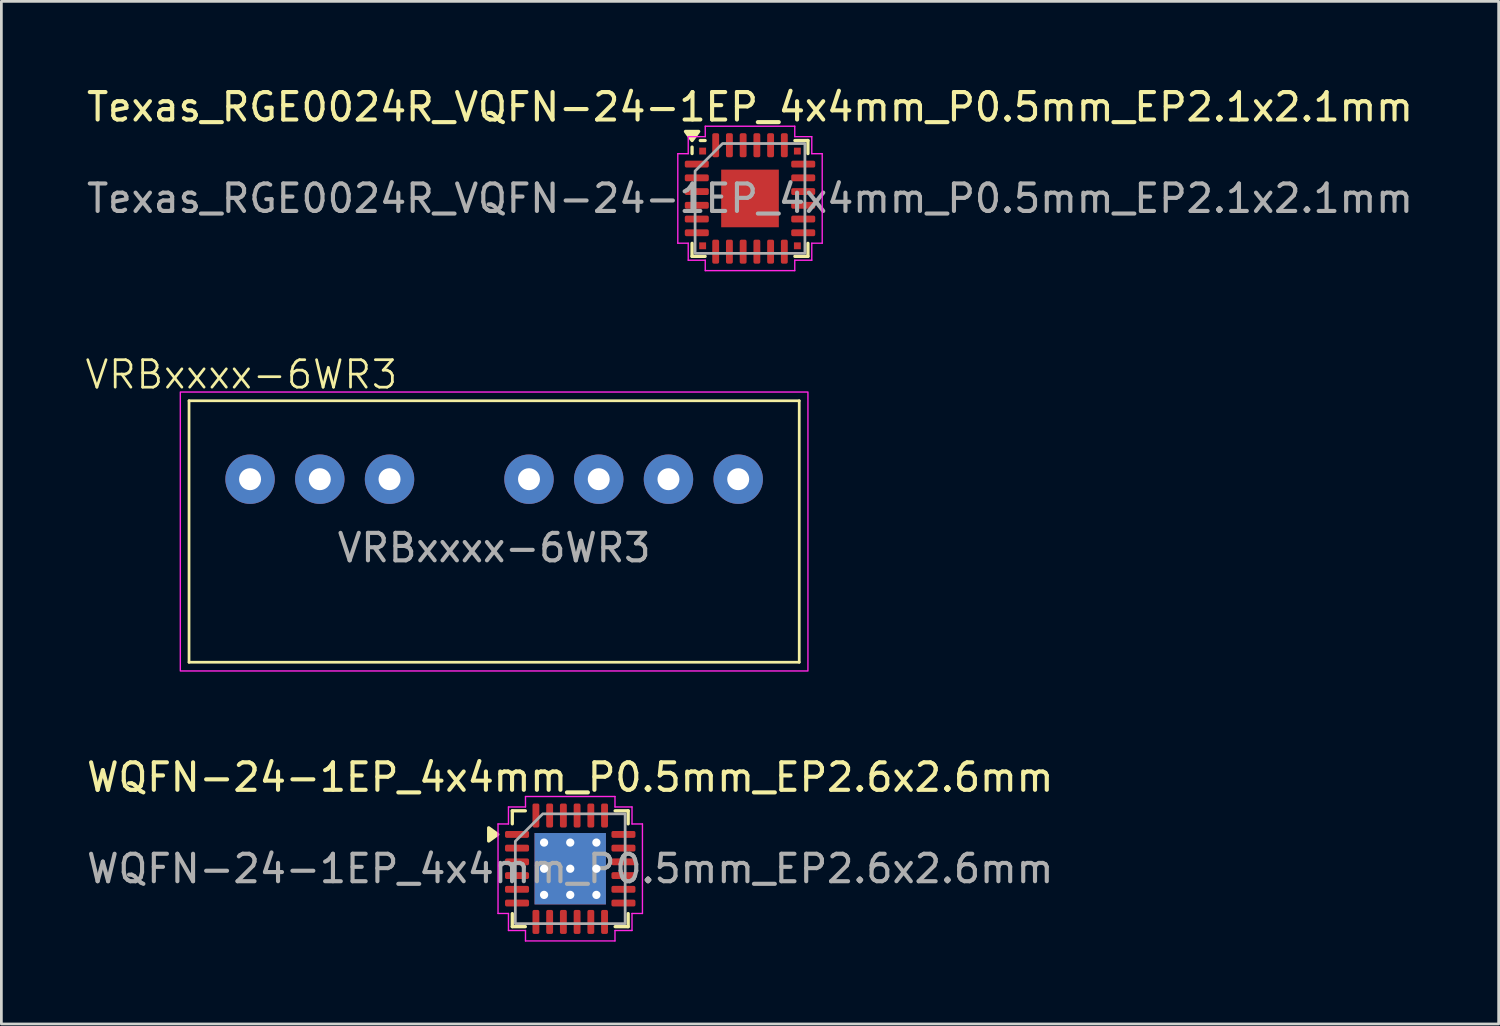
<source format=kicad_pcb>
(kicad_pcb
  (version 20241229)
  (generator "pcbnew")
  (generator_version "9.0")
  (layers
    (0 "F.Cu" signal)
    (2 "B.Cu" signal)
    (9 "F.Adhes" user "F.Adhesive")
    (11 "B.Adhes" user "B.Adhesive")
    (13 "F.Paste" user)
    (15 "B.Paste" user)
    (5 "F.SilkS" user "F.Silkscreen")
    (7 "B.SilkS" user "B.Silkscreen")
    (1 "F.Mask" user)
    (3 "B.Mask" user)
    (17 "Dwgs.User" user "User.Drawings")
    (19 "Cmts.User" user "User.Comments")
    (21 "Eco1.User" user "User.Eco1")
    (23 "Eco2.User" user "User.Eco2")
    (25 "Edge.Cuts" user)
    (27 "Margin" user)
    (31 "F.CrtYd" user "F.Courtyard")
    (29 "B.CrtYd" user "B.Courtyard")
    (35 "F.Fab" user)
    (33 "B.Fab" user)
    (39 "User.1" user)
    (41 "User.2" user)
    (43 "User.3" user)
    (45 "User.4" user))
  (footprint "Texas_RGE0024R_VQFN-24-1EP_4x4mm_P0.5mm_EP2.1x2.1mm"
    (layer "F.Cu")
    (at 24.268 4.178)
    (property "Reference" "Texas_RGE0024R_VQFN-24-1EP_4x4mm_P0.5mm_EP2.1x2.1mm" (at 0 -3.33 0) (layer "F.SilkS") (effects (font (size 1 1) (thickness 0.15))))
    (attr smd)
    (fp_line (start -2.11 -1.635) (end -2.11 -1.87) (stroke (width 0.12) (type solid)) (layer "F.SilkS"))
    (fp_line (start -2.11 2.11) (end -2.11 1.635) (stroke (width 0.12) (type solid)) (layer "F.SilkS"))
    (fp_line (start -1.635 -2.11) (end -1.81 -2.11) (stroke (width 0.12) (type solid)) (layer "F.SilkS"))
    (fp_line (start -1.635 2.11) (end -2.11 2.11) (stroke (width 0.12) (type solid)) (layer "F.SilkS"))
    (fp_line (start 1.635 -2.11) (end 2.11 -2.11) (stroke (width 0.12) (type solid)) (layer "F.SilkS"))
    (fp_line (start 1.635 2.11) (end 2.11 2.11) (stroke (width 0.12) (type solid)) (layer "F.SilkS"))
    (fp_line (start 2.11 -2.11) (end 2.11 -1.635) (stroke (width 0.12) (type solid)) (layer "F.SilkS"))
    (fp_line (start 2.11 2.11) (end 2.11 1.635) (stroke (width 0.12) (type solid)) (layer "F.SilkS"))
    (fp_poly (pts (xy -2.11 -2.11) (xy -2.35 -2.44) (xy -1.87 -2.44)) (stroke (width 0.12) (type solid)) (fill yes) (layer "F.SilkS"))
    (fp_line (start -2.63 -1.63) (end -2.25 -1.63) (stroke (width 0.05) (type solid)) (layer "F.CrtYd"))
    (fp_line (start -2.63 1.63) (end -2.63 -1.63) (stroke (width 0.05) (type solid)) (layer "F.CrtYd"))
    (fp_line (start -2.25 -2.25) (end -1.63 -2.25) (stroke (width 0.05) (type solid)) (layer "F.CrtYd"))
    (fp_line (start -2.25 -1.63) (end -2.25 -2.25) (stroke (width 0.05) (type solid)) (layer "F.CrtYd"))
    (fp_line (start -2.25 1.63) (end -2.63 1.63) (stroke (width 0.05) (type solid)) (layer "F.CrtYd"))
    (fp_line (start -2.25 2.25) (end -2.25 1.63) (stroke (width 0.05) (type solid)) (layer "F.CrtYd"))
    (fp_line (start -1.63 -2.63) (end 1.63 -2.63) (stroke (width 0.05) (type solid)) (layer "F.CrtYd"))
    (fp_line (start -1.63 -2.25) (end -1.63 -2.63) (stroke (width 0.05) (type solid)) (layer "F.CrtYd"))
    (fp_line (start -1.63 2.25) (end -2.25 2.25) (stroke (width 0.05) (type solid)) (layer "F.CrtYd"))
    (fp_line (start -1.63 2.63) (end -1.63 2.25) (stroke (width 0.05) (type solid)) (layer "F.CrtYd"))
    (fp_line (start 1.63 -2.63) (end 1.63 -2.25) (stroke (width 0.05) (type solid)) (layer "F.CrtYd"))
    (fp_line (start 1.63 -2.25) (end 2.25 -2.25) (stroke (width 0.05) (type solid)) (layer "F.CrtYd"))
    (fp_line (start 1.63 2.25) (end 1.63 2.63) (stroke (width 0.05) (type solid)) (layer "F.CrtYd"))
    (fp_line (start 1.63 2.63) (end -1.63 2.63) (stroke (width 0.05) (type solid)) (layer "F.CrtYd"))
    (fp_line (start 2.25 -2.25) (end 2.25 -1.63) (stroke (width 0.05) (type solid)) (layer "F.CrtYd"))
    (fp_line (start 2.25 -1.63) (end 2.63 -1.63) (stroke (width 0.05) (type solid)) (layer "F.CrtYd"))
    (fp_line (start 2.25 1.63) (end 2.25 2.25) (stroke (width 0.05) (type solid)) (layer "F.CrtYd"))
    (fp_line (start 2.25 2.25) (end 1.63 2.25) (stroke (width 0.05) (type solid)) (layer "F.CrtYd"))
    (fp_line (start 2.63 -1.63) (end 2.63 1.63) (stroke (width 0.05) (type solid)) (layer "F.CrtYd"))
    (fp_line (start 2.63 1.63) (end 2.25 1.63) (stroke (width 0.05) (type solid)) (layer "F.CrtYd"))
    (fp_poly (pts (xy -2 -1) (xy -2 2) (xy 2 2) (xy 2 -2) (xy -1 -2)) (stroke (width 0.1) (type solid)) (fill no) (layer "F.Fab"))
    (fp_text user "${REFERENCE}" (at 0 0 0) (layer "F.Fab") (effects (font (size 1 1) (thickness 0.15))))
    (pad "" smd roundrect (at -0.525 -0.525) (size 0.85 0.85) (layers "F.Paste") (roundrect_rratio 0.25))
    (pad "" smd roundrect (at -0.525 0.525) (size 0.85 0.85) (layers "F.Paste") (roundrect_rratio 0.25))
    (pad "" smd roundrect (at 0.525 -0.525) (size 0.85 0.85) (layers "F.Paste") (roundrect_rratio 0.25))
    (pad "" smd roundrect (at 0.525 0.525) (size 0.85 0.85) (layers "F.Paste") (roundrect_rratio 0.25))
    (pad "1" smd roundrect (at -1.938 -1.25) (size 0.875 0.25) (layers "F.Cu" "F.Mask" "F.Paste") (roundrect_rratio 0.25))
    (pad "2" smd roundrect (at -1.938 -0.75) (size 0.875 0.25) (layers "F.Cu" "F.Mask" "F.Paste") (roundrect_rratio 0.25))
    (pad "3" smd roundrect (at -1.938 -0.25) (size 0.875 0.25) (layers "F.Cu" "F.Mask" "F.Paste") (roundrect_rratio 0.25))
    (pad "4" smd roundrect (at -1.938 0.25) (size 0.875 0.25) (layers "F.Cu" "F.Mask" "F.Paste") (roundrect_rratio 0.25))
    (pad "5" smd roundrect (at -1.938 0.75) (size 0.875 0.25) (layers "F.Cu" "F.Mask" "F.Paste") (roundrect_rratio 0.25))
    (pad "6" smd roundrect (at -1.938 1.25) (size 0.875 0.25) (layers "F.Cu" "F.Mask" "F.Paste") (roundrect_rratio 0.25))
    (pad "7" smd roundrect (at -1.25 1.938) (size 0.25 0.875) (layers "F.Cu" "F.Mask" "F.Paste") (roundrect_rratio 0.25))
    (pad "8" smd roundrect (at -0.75 1.938) (size 0.25 0.875) (layers "F.Cu" "F.Mask" "F.Paste") (roundrect_rratio 0.25))
    (pad "9" smd roundrect (at -0.25 1.938) (size 0.25 0.875) (layers "F.Cu" "F.Mask" "F.Paste") (roundrect_rratio 0.25))
    (pad "10" smd roundrect (at 0.25 1.938) (size 0.25 0.875) (layers "F.Cu" "F.Mask" "F.Paste") (roundrect_rratio 0.25))
    (pad "11" smd roundrect (at 0.75 1.938) (size 0.25 0.875) (layers "F.Cu" "F.Mask" "F.Paste") (roundrect_rratio 0.25))
    (pad "12" smd roundrect (at 1.25 1.938) (size 0.25 0.875) (layers "F.Cu" "F.Mask" "F.Paste") (roundrect_rratio 0.25))
    (pad "13" smd roundrect (at 1.938 1.25) (size 0.875 0.25) (layers "F.Cu" "F.Mask" "F.Paste") (roundrect_rratio 0.25))
    (pad "14" smd roundrect (at 1.938 0.75) (size 0.875 0.25) (layers "F.Cu" "F.Mask" "F.Paste") (roundrect_rratio 0.25))
    (pad "15" smd roundrect (at 1.938 0.25) (size 0.875 0.25) (layers "F.Cu" "F.Mask" "F.Paste") (roundrect_rratio 0.25))
    (pad "16" smd roundrect (at 1.938 -0.25) (size 0.875 0.25) (layers "F.Cu" "F.Mask" "F.Paste") (roundrect_rratio 0.25))
    (pad "17" smd roundrect (at 1.938 -0.75) (size 0.875 0.25) (layers "F.Cu" "F.Mask" "F.Paste") (roundrect_rratio 0.25))
    (pad "18" smd roundrect (at 1.938 -1.25) (size 0.875 0.25) (layers "F.Cu" "F.Mask" "F.Paste") (roundrect_rratio 0.25))
    (pad "19" smd roundrect (at 1.25 -1.938) (size 0.25 0.875) (layers "F.Cu" "F.Mask" "F.Paste") (roundrect_rratio 0.25))
    (pad "20" smd roundrect (at 0.75 -1.938) (size 0.25 0.875) (layers "F.Cu" "F.Mask" "F.Paste") (roundrect_rratio 0.25))
    (pad "21" smd roundrect (at 0.25 -1.938) (size 0.25 0.875) (layers "F.Cu" "F.Mask" "F.Paste") (roundrect_rratio 0.25))
    (pad "22" smd roundrect (at -0.25 -1.938) (size 0.25 0.875) (layers "F.Cu" "F.Mask" "F.Paste") (roundrect_rratio 0.25))
    (pad "23" smd roundrect (at -0.75 -1.938) (size 0.25 0.875) (layers "F.Cu" "F.Mask" "F.Paste") (roundrect_rratio 0.25))
    (pad "24" smd roundrect (at -1.25 -1.938) (size 0.25 0.875) (layers "F.Cu" "F.Mask" "F.Paste") (roundrect_rratio 0.25))
    (pad "25" smd rect (at 0 0) (size 2.1 2.1) (property pad_prop_heatsink) (layers "F.Cu" "F.Mask"))
    (pad "A1" smd rect (at -1.725 -1.725) (size 0.25 0.25) (layers "F.Cu" "F.Mask" "F.Paste"))
    (pad "A2" smd rect (at -1.725 1.725) (size 0.25 0.25) (layers "F.Cu" "F.Mask" "F.Paste"))
    (pad "A3" smd rect (at 1.725 1.725) (size 0.25 0.25) (layers "F.Cu" "F.Mask" "F.Paste"))
    (pad "A4" smd rect (at 1.725 -1.725) (size 0.25 0.25) (layers "F.Cu" "F.Mask" "F.Paste")))
  (footprint "WQFN-24-1EP_4x4mm_P0.5mm_EP2.6x2.6mm"
    (layer "F.Cu")
    (at 17.72 28.592)
    (property "Reference" "WQFN-24-1EP_4x4mm_P0.5mm_EP2.6x2.6mm" (at 0 -3.33 0) (layer "F.SilkS") (effects (font (size 1 1) (thickness 0.15))))
    (attr smd)
    (fp_line (start -2.11 -2.11) (end -1.635 -2.11) (stroke (width 0.12) (type solid)) (layer "F.SilkS"))
    (fp_line (start -2.11 -1.635) (end -2.11 -2.11) (stroke (width 0.12) (type solid)) (layer "F.SilkS"))
    (fp_line (start -2.11 2.11) (end -2.11 1.635) (stroke (width 0.12) (type solid)) (layer "F.SilkS"))
    (fp_line (start -1.635 2.11) (end -2.11 2.11) (stroke (width 0.12) (type solid)) (layer "F.SilkS"))
    (fp_line (start 1.635 -2.11) (end 2.11 -2.11) (stroke (width 0.12) (type solid)) (layer "F.SilkS"))
    (fp_line (start 2.11 -2.11) (end 2.11 -1.635) (stroke (width 0.12) (type solid)) (layer "F.SilkS"))
    (fp_line (start 2.11 1.635) (end 2.11 2.11) (stroke (width 0.12) (type solid)) (layer "F.SilkS"))
    (fp_line (start 2.11 2.11) (end 1.635 2.11) (stroke (width 0.12) (type solid)) (layer "F.SilkS"))
    (fp_poly (pts (xy -2.64 -1.25) (xy -2.97 -1.01) (xy -2.97 -1.49)) (stroke (width 0.12) (type solid)) (fill yes) (layer "F.SilkS"))
    (fp_line (start -2.63 -1.63) (end -2.25 -1.63) (stroke (width 0.05) (type solid)) (layer "F.CrtYd"))
    (fp_line (start -2.63 1.63) (end -2.63 -1.63) (stroke (width 0.05) (type solid)) (layer "F.CrtYd"))
    (fp_line (start -2.25 -2.25) (end -1.63 -2.25) (stroke (width 0.05) (type solid)) (layer "F.CrtYd"))
    (fp_line (start -2.25 -1.63) (end -2.25 -2.25) (stroke (width 0.05) (type solid)) (layer "F.CrtYd"))
    (fp_line (start -2.25 1.63) (end -2.63 1.63) (stroke (width 0.05) (type solid)) (layer "F.CrtYd"))
    (fp_line (start -2.25 2.25) (end -2.25 1.63) (stroke (width 0.05) (type solid)) (layer "F.CrtYd"))
    (fp_line (start -1.63 -2.63) (end 1.63 -2.63) (stroke (width 0.05) (type solid)) (layer "F.CrtYd"))
    (fp_line (start -1.63 -2.25) (end -1.63 -2.63) (stroke (width 0.05) (type solid)) (layer "F.CrtYd"))
    (fp_line (start -1.63 2.25) (end -2.25 2.25) (stroke (width 0.05) (type solid)) (layer "F.CrtYd"))
    (fp_line (start -1.63 2.63) (end -1.63 2.25) (stroke (width 0.05) (type solid)) (layer "F.CrtYd"))
    (fp_line (start 1.63 -2.63) (end 1.63 -2.25) (stroke (width 0.05) (type solid)) (layer "F.CrtYd"))
    (fp_line (start 1.63 -2.25) (end 2.25 -2.25) (stroke (width 0.05) (type solid)) (layer "F.CrtYd"))
    (fp_line (start 1.63 2.25) (end 1.63 2.63) (stroke (width 0.05) (type solid)) (layer "F.CrtYd"))
    (fp_line (start 1.63 2.63) (end -1.63 2.63) (stroke (width 0.05) (type solid)) (layer "F.CrtYd"))
    (fp_line (start 2.25 -2.25) (end 2.25 -1.63) (stroke (width 0.05) (type solid)) (layer "F.CrtYd"))
    (fp_line (start 2.25 -1.63) (end 2.63 -1.63) (stroke (width 0.05) (type solid)) (layer "F.CrtYd"))
    (fp_line (start 2.25 1.63) (end 2.25 2.25) (stroke (width 0.05) (type solid)) (layer "F.CrtYd"))
    (fp_line (start 2.25 2.25) (end 1.63 2.25) (stroke (width 0.05) (type solid)) (layer "F.CrtYd"))
    (fp_line (start 2.63 -1.63) (end 2.63 1.63) (stroke (width 0.05) (type solid)) (layer "F.CrtYd"))
    (fp_line (start 2.63 1.63) (end 2.25 1.63) (stroke (width 0.05) (type solid)) (layer "F.CrtYd"))
    (fp_poly (pts (xy -2 -1) (xy -2 2) (xy 2 2) (xy 2 -2) (xy -1 -2)) (stroke (width 0.1) (type solid)) (fill no) (layer "F.Fab"))
    (fp_text user "${REFERENCE}" (at 0 0 0) (layer "F.Fab") (effects (font (size 1 1) (thickness 0.15))))
    (pad "" smd roundrect (at -0.65 -0.65) (size 1.05 1.05) (layers "F.Paste") (roundrect_rratio 0.238))
    (pad "" smd roundrect (at -0.65 0.65) (size 1.05 1.05) (layers "F.Paste") (roundrect_rratio 0.238))
    (pad "" smd roundrect (at 0.65 -0.65) (size 1.05 1.05) (layers "F.Paste") (roundrect_rratio 0.238))
    (pad "" smd roundrect (at 0.65 0.65) (size 1.05 1.05) (layers "F.Paste") (roundrect_rratio 0.238))
    (pad "1" smd roundrect (at -1.938 -1.25) (size 0.875 0.25) (layers "F.Cu" "F.Mask" "F.Paste") (roundrect_rratio 0.25))
    (pad "2" smd roundrect (at -1.938 -0.75) (size 0.875 0.25) (layers "F.Cu" "F.Mask" "F.Paste") (roundrect_rratio 0.25))
    (pad "3" smd roundrect (at -1.938 -0.25) (size 0.875 0.25) (layers "F.Cu" "F.Mask" "F.Paste") (roundrect_rratio 0.25))
    (pad "4" smd roundrect (at -1.938 0.25) (size 0.875 0.25) (layers "F.Cu" "F.Mask" "F.Paste") (roundrect_rratio 0.25))
    (pad "5" smd roundrect (at -1.938 0.75) (size 0.875 0.25) (layers "F.Cu" "F.Mask" "F.Paste") (roundrect_rratio 0.25))
    (pad "6" smd roundrect (at -1.938 1.25) (size 0.875 0.25) (layers "F.Cu" "F.Mask" "F.Paste") (roundrect_rratio 0.25))
    (pad "7" smd roundrect (at -1.25 1.938) (size 0.25 0.875) (layers "F.Cu" "F.Mask" "F.Paste") (roundrect_rratio 0.25))
    (pad "8" smd roundrect (at -0.75 1.938) (size 0.25 0.875) (layers "F.Cu" "F.Mask" "F.Paste") (roundrect_rratio 0.25))
    (pad "9" smd roundrect (at -0.25 1.938) (size 0.25 0.875) (layers "F.Cu" "F.Mask" "F.Paste") (roundrect_rratio 0.25))
    (pad "10" smd roundrect (at 0.25 1.938) (size 0.25 0.875) (layers "F.Cu" "F.Mask" "F.Paste") (roundrect_rratio 0.25))
    (pad "11" smd roundrect (at 0.75 1.938) (size 0.25 0.875) (layers "F.Cu" "F.Mask" "F.Paste") (roundrect_rratio 0.25))
    (pad "12" smd roundrect (at 1.25 1.938) (size 0.25 0.875) (layers "F.Cu" "F.Mask" "F.Paste") (roundrect_rratio 0.25))
    (pad "13" smd roundrect (at 1.938 1.25) (size 0.875 0.25) (layers "F.Cu" "F.Mask" "F.Paste") (roundrect_rratio 0.25))
    (pad "14" smd roundrect (at 1.938 0.75) (size 0.875 0.25) (layers "F.Cu" "F.Mask" "F.Paste") (roundrect_rratio 0.25))
    (pad "15" smd roundrect (at 1.938 0.25) (size 0.875 0.25) (layers "F.Cu" "F.Mask" "F.Paste") (roundrect_rratio 0.25))
    (pad "16" smd roundrect (at 1.938 -0.25) (size 0.875 0.25) (layers "F.Cu" "F.Mask" "F.Paste") (roundrect_rratio 0.25))
    (pad "17" smd roundrect (at 1.938 -0.75) (size 0.875 0.25) (layers "F.Cu" "F.Mask" "F.Paste") (roundrect_rratio 0.25))
    (pad "18" smd roundrect (at 1.938 -1.25) (size 0.875 0.25) (layers "F.Cu" "F.Mask" "F.Paste") (roundrect_rratio 0.25))
    (pad "19" smd roundrect (at 1.25 -1.938) (size 0.25 0.875) (layers "F.Cu" "F.Mask" "F.Paste") (roundrect_rratio 0.25))
    (pad "20" smd roundrect (at 0.75 -1.938) (size 0.25 0.875) (layers "F.Cu" "F.Mask" "F.Paste") (roundrect_rratio 0.25))
    (pad "21" smd roundrect (at 0.25 -1.938) (size 0.25 0.875) (layers "F.Cu" "F.Mask" "F.Paste") (roundrect_rratio 0.25))
    (pad "22" smd roundrect (at -0.25 -1.938) (size 0.25 0.875) (layers "F.Cu" "F.Mask" "F.Paste") (roundrect_rratio 0.25))
    (pad "23" smd roundrect (at -0.75 -1.938) (size 0.25 0.875) (layers "F.Cu" "F.Mask" "F.Paste") (roundrect_rratio 0.25))
    (pad "24" smd roundrect (at -1.25 -1.938) (size 0.25 0.875) (layers "F.Cu" "F.Mask" "F.Paste") (roundrect_rratio 0.25))
    (pad "25" thru_hole circle (at -0.953 -0.953) (size 0.4 0.4) (drill 0.3) (property pad_prop_heatsink) (layers "*.Cu" "*.Mask"))
    (pad "25" thru_hole circle (at -0.953 0) (size 0.4 0.4) (drill 0.3) (property pad_prop_heatsink) (layers "*.Cu" "*.Mask"))
    (pad "25" thru_hole circle (at -0.953 0.953) (size 0.4 0.4) (drill 0.3) (property pad_prop_heatsink) (layers "*.Cu" "*.Mask"))
    (pad "25" thru_hole circle (at 0 -0.953) (size 0.4 0.4) (drill 0.3) (property pad_prop_heatsink) (layers "*.Cu" "*.Mask"))
    (pad "25" thru_hole circle (at 0 0) (size 0.4 0.4) (drill 0.3) (property pad_prop_heatsink) (layers "*.Cu" "*.Mask"))
    (pad "25" smd rect (at 0 0) (size 2.6 2.6) (property pad_prop_heatsink) (layers "F.Cu" "F.Mask"))
    (pad "25" smd rect (at 0 0) (size 2.6 2.6) (property pad_prop_heatsink) (layers "B.Cu" "B.Mask"))
    (pad "25" thru_hole circle (at 0 0.953) (size 0.4 0.4) (drill 0.3) (property pad_prop_heatsink) (layers "*.Cu" "*.Mask"))
    (pad "25" thru_hole circle (at 0.953 -0.953) (size 0.4 0.4) (drill 0.3) (property pad_prop_heatsink) (layers "*.Cu" "*.Mask"))
    (pad "25" thru_hole circle (at 0.953 0) (size 0.4 0.4) (drill 0.3) (property pad_prop_heatsink) (layers "*.Cu" "*.Mask"))
    (pad "25" thru_hole circle (at 0.953 0.953) (size 0.4 0.4) (drill 0.3) (property pad_prop_heatsink) (layers "*.Cu" "*.Mask")))
  (footprint "VRBxxxx-6WR3"
    (layer "F.Cu")
    (at 14.948 14.404)
    (property "Reference" "VRBxxxx-6WR3" (at -9.207 -3.81 0) (unlocked yes) (layer "F.SilkS") (effects (font (size 1 1) (thickness 0.1))))
    (attr through_hole)
    (fp_line (start -11.113 -2.857) (end 11.113 -2.857) (stroke (width 0.1) (type default)) (layer "F.SilkS"))
    (fp_line (start -11.113 6.668) (end -11.113 -2.857) (stroke (width 0.1) (type default)) (layer "F.SilkS"))
    (fp_line (start 11.113 -2.857) (end 11.113 6.668) (stroke (width 0.1) (type default)) (layer "F.SilkS"))
    (fp_line (start 11.113 6.668) (end -11.113 6.668) (stroke (width 0.1) (type default)) (layer "F.SilkS"))
    (fp_rect (start -11.43 -3.175) (end 11.43 6.985) (stroke (width 0.05) (type default)) (fill no) (layer "F.CrtYd"))
    (fp_text user "${REFERENCE}" (at 0 2.5 0) (unlocked yes) (layer "F.Fab") (effects (font (size 1 1) (thickness 0.15))))
    (pad "1" thru_hole circle (at -8.89 0) (size 1.8 1.8) (drill 0.8) (layers "*.Cu" "*.Mask"))
    (pad "2" thru_hole circle (at -6.35 0) (size 1.8 1.8) (drill 0.8) (layers "*.Cu" "*.Mask"))
    (pad "3" thru_hole circle (at -3.81 0) (size 1.8 1.8) (drill 0.8) (layers "*.Cu" "*.Mask"))
    (pad "5" thru_hole circle (at 1.27 0) (size 1.8 1.8) (drill 0.8) (layers "*.Cu" "*.Mask"))
    (pad "6" thru_hole circle (at 3.81 0) (size 1.8 1.8) (drill 0.8) (layers "*.Cu" "*.Mask"))
    (pad "7" thru_hole circle (at 6.35 0) (size 1.8 1.8) (drill 0.8) (layers "*.Cu" "*.Mask"))
    (pad "8" thru_hole circle (at 8.89 0) (size 1.8 1.8) (drill 0.8) (layers "*.Cu" "*.Mask")))
  (gr_rect
    (start -3 -3)
    (end 51.536 34.247)
    (stroke (width 0.1) (type default))
    (fill no)
    (layer "Edge.Cuts")))
</source>
